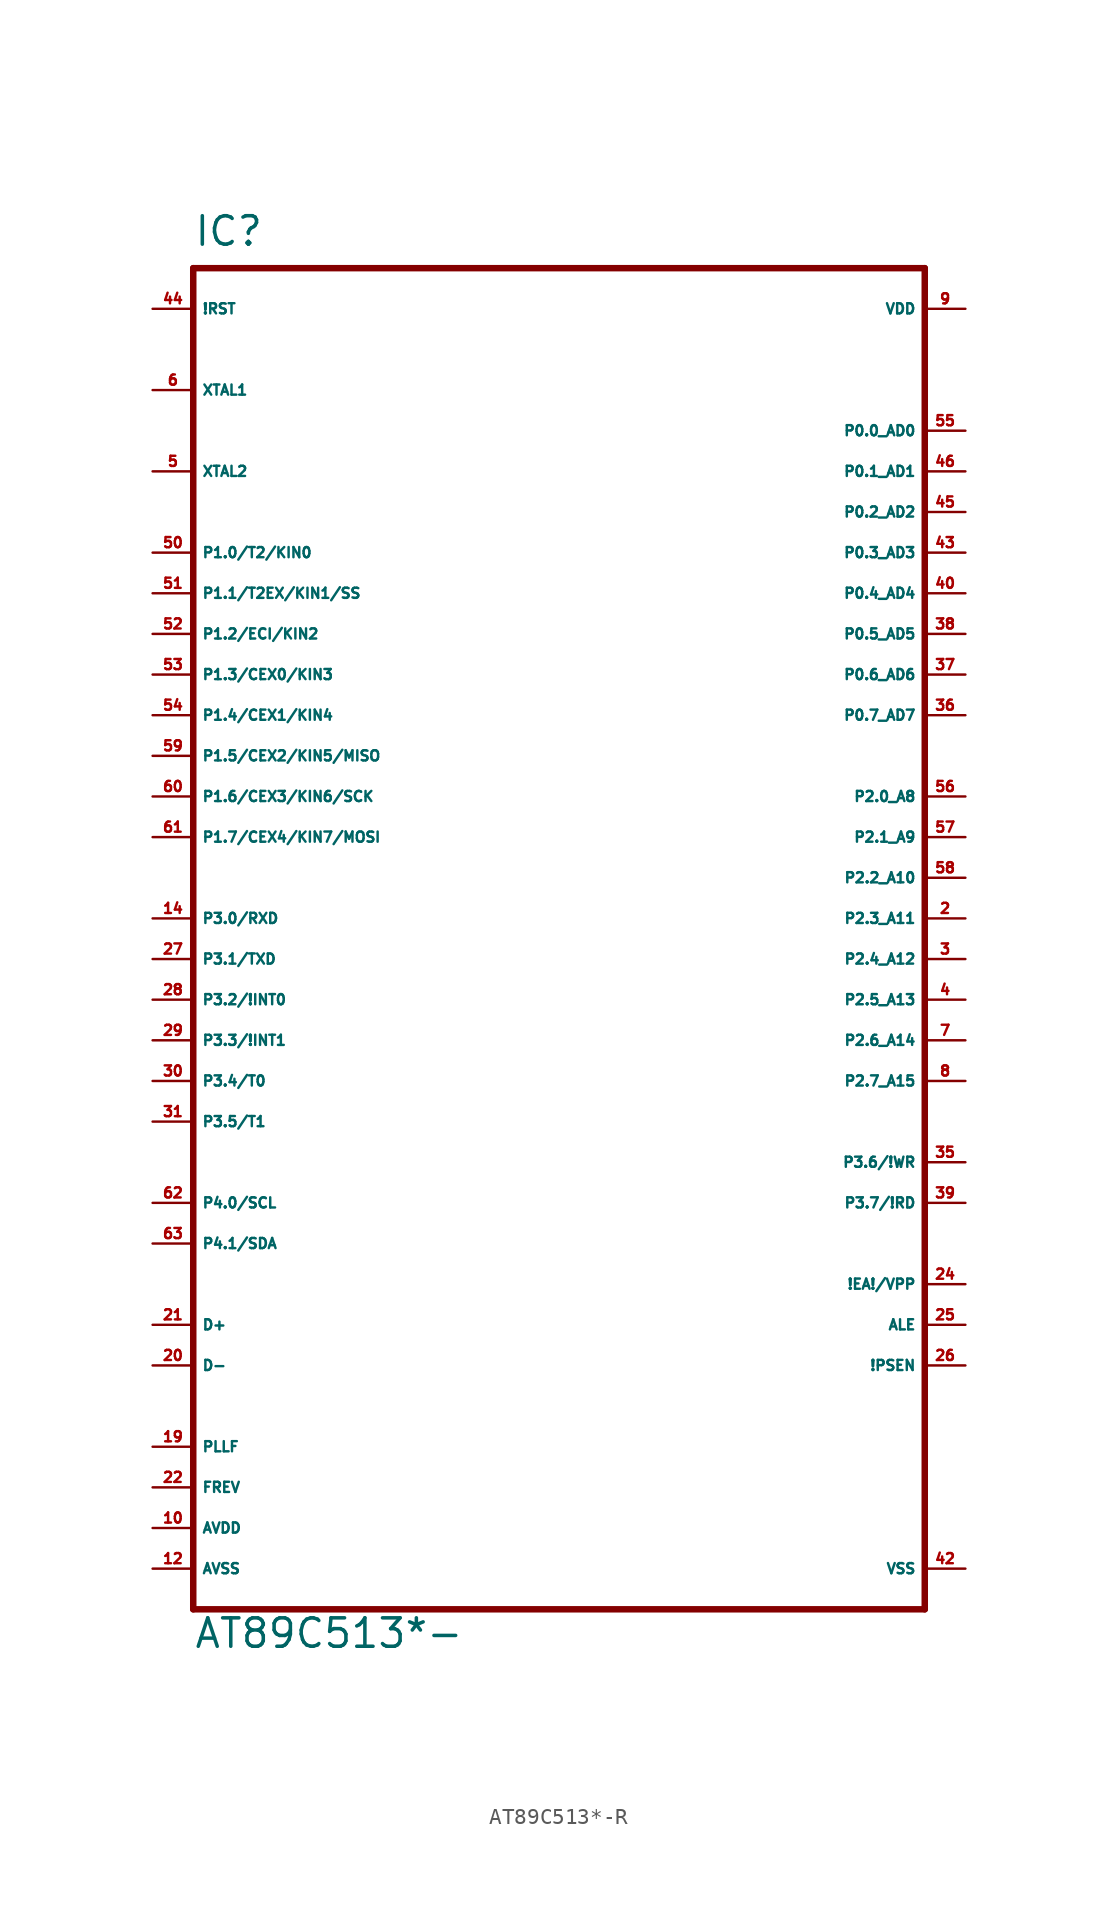
<source format=kicad_sym>
(kicad_symbol_lib
  (version 20220914)
  (generator Eagle2Kicad)
  (symbol "AT89C513*-R"
    (property "Reference" "IC"
      (at -22.86 41.91 0)
      (effects (font (size 1.778 1.778) (thickness 0.22)) (justify left bottom)))
    (property "Value" "AT89C513*-"
      (at -22.86 -45.72 0)
      (effects (font (size 1.778 1.778) (thickness 0.22)) (justify left bottom)))
    (polyline
      (pts (xy -22.86 -43.18) (xy 22.86 -43.18))
      (stroke (width 0.406) (type default))
      (fill (type none)))
    (polyline
      (pts (xy 22.86 -43.18) (xy 22.86 40.64))
      (stroke (width 0.406) (type default))
      (fill (type none)))
    (polyline
      (pts (xy 22.86 40.64) (xy -22.86 40.64))
      (stroke (width 0.406) (type default))
      (fill (type none)))
    (polyline
      (pts (xy -22.86 40.64) (xy -22.86 -43.18))
      (stroke (width 0.406) (type default))
      (fill (type none)))
    (pin input line
      (at 25.4 -22.86 180)
      (length 2.54)
      (name "!EA!/VPP" (effects (font (size 0.635 0.635) (thickness 0.08)) (justify left bottom)))
      (number "24" (effects (font (size 0.635 0.635) (thickness 0.08)) (justify left bottom))))
    (pin bidirectional line
      (at 25.4 30.48 180)
      (length 2.54)
      (name "P0.0_AD0" (effects (font (size 0.635 0.635) (thickness 0.08)) (justify left bottom)))
      (number "55" (effects (font (size 0.635 0.635) (thickness 0.08)) (justify left bottom))))
    (pin bidirectional line
      (at 25.4 27.94 180)
      (length 2.54)
      (name "P0.1_AD1" (effects (font (size 0.635 0.635) (thickness 0.08)) (justify left bottom)))
      (number "46" (effects (font (size 0.635 0.635) (thickness 0.08)) (justify left bottom))))
    (pin bidirectional line
      (at 25.4 25.4 180)
      (length 2.54)
      (name "P0.2_AD2" (effects (font (size 0.635 0.635) (thickness 0.08)) (justify left bottom)))
      (number "45" (effects (font (size 0.635 0.635) (thickness 0.08)) (justify left bottom))))
    (pin bidirectional line
      (at 25.4 22.86 180)
      (length 2.54)
      (name "P0.3_AD3" (effects (font (size 0.635 0.635) (thickness 0.08)) (justify left bottom)))
      (number "43" (effects (font (size 0.635 0.635) (thickness 0.08)) (justify left bottom))))
    (pin bidirectional line
      (at 25.4 20.32 180)
      (length 2.54)
      (name "P0.4_AD4" (effects (font (size 0.635 0.635) (thickness 0.08)) (justify left bottom)))
      (number "40" (effects (font (size 0.635 0.635) (thickness 0.08)) (justify left bottom))))
    (pin bidirectional line
      (at 25.4 17.78 180)
      (length 2.54)
      (name "P0.5_AD5" (effects (font (size 0.635 0.635) (thickness 0.08)) (justify left bottom)))
      (number "38" (effects (font (size 0.635 0.635) (thickness 0.08)) (justify left bottom))))
    (pin bidirectional line
      (at 25.4 15.24 180)
      (length 2.54)
      (name "P0.6_AD6" (effects (font (size 0.635 0.635) (thickness 0.08)) (justify left bottom)))
      (number "37" (effects (font (size 0.635 0.635) (thickness 0.08)) (justify left bottom))))
    (pin bidirectional line
      (at 25.4 12.7 180)
      (length 2.54)
      (name "P0.7_AD7" (effects (font (size 0.635 0.635) (thickness 0.08)) (justify left bottom)))
      (number "36" (effects (font (size 0.635 0.635) (thickness 0.08)) (justify left bottom))))
    (pin input line
      (at -25.4 33.02 0)
      (length 2.54)
      (name "XTAL1" (effects (font (size 0.635 0.635) (thickness 0.08)) (justify left bottom)))
      (number "6" (effects (font (size 0.635 0.635) (thickness 0.08)) (justify left bottom))))
    (pin input line
      (at -25.4 27.94 0)
      (length 2.54)
      (name "XTAL2" (effects (font (size 0.635 0.635) (thickness 0.08)) (justify left bottom)))
      (number "5" (effects (font (size 0.635 0.635) (thickness 0.08)) (justify left bottom))))
    (pin input line
      (at -25.4 38.1 0)
      (length 2.54)
      (name "!RST" (effects (font (size 0.635 0.635) (thickness 0.08)) (justify left bottom)))
      (number "44" (effects (font (size 0.635 0.635) (thickness 0.08)) (justify left bottom))))
    (pin bidirectional line
      (at 25.4 -25.4 180)
      (length 2.54)
      (name "ALE" (effects (font (size 0.635 0.635) (thickness 0.08)) (justify left bottom)))
      (number "25" (effects (font (size 0.635 0.635) (thickness 0.08)) (justify left bottom))))
    (pin output line
      (at 25.4 -27.94 180)
      (length 2.54)
      (name "!PSEN" (effects (font (size 0.635 0.635) (thickness 0.08)) (justify left bottom)))
      (number "26" (effects (font (size 0.635 0.635) (thickness 0.08)) (justify left bottom))))
    (pin bidirectional line
      (at 25.4 7.62 180)
      (length 2.54)
      (name "P2.0_A8" (effects (font (size 0.635 0.635) (thickness 0.08)) (justify left bottom)))
      (number "56" (effects (font (size 0.635 0.635) (thickness 0.08)) (justify left bottom))))
    (pin bidirectional line
      (at 25.4 5.08 180)
      (length 2.54)
      (name "P2.1_A9" (effects (font (size 0.635 0.635) (thickness 0.08)) (justify left bottom)))
      (number "57" (effects (font (size 0.635 0.635) (thickness 0.08)) (justify left bottom))))
    (pin bidirectional line
      (at 25.4 2.54 180)
      (length 2.54)
      (name "P2.2_A10" (effects (font (size 0.635 0.635) (thickness 0.08)) (justify left bottom)))
      (number "58" (effects (font (size 0.635 0.635) (thickness 0.08)) (justify left bottom))))
    (pin bidirectional line
      (at 25.4 0 180)
      (length 2.54)
      (name "P2.3_A11" (effects (font (size 0.635 0.635) (thickness 0.08)) (justify left bottom)))
      (number "2" (effects (font (size 0.635 0.635) (thickness 0.08)) (justify left bottom))))
    (pin bidirectional line
      (at 25.4 -2.54 180)
      (length 2.54)
      (name "P2.4_A12" (effects (font (size 0.635 0.635) (thickness 0.08)) (justify left bottom)))
      (number "3" (effects (font (size 0.635 0.635) (thickness 0.08)) (justify left bottom))))
    (pin bidirectional line
      (at 25.4 -5.08 180)
      (length 2.54)
      (name "P2.5_A13" (effects (font (size 0.635 0.635) (thickness 0.08)) (justify left bottom)))
      (number "4" (effects (font (size 0.635 0.635) (thickness 0.08)) (justify left bottom))))
    (pin bidirectional line
      (at 25.4 -7.62 180)
      (length 2.54)
      (name "P2.6_A14" (effects (font (size 0.635 0.635) (thickness 0.08)) (justify left bottom)))
      (number "7" (effects (font (size 0.635 0.635) (thickness 0.08)) (justify left bottom))))
    (pin bidirectional line
      (at 25.4 -10.16 180)
      (length 2.54)
      (name "P2.7_A15" (effects (font (size 0.635 0.635) (thickness 0.08)) (justify left bottom)))
      (number "8" (effects (font (size 0.635 0.635) (thickness 0.08)) (justify left bottom))))
    (pin bidirectional line
      (at -25.4 22.86 0)
      (length 2.54)
      (name "P1.0/T2/KIN0" (effects (font (size 0.635 0.635) (thickness 0.08)) (justify left bottom)))
      (number "50" (effects (font (size 0.635 0.635) (thickness 0.08)) (justify left bottom))))
    (pin bidirectional line
      (at -25.4 20.32 0)
      (length 2.54)
      (name "P1.1/T2EX/KIN1/SS" (effects (font (size 0.635 0.635) (thickness 0.08)) (justify left bottom)))
      (number "51" (effects (font (size 0.635 0.635) (thickness 0.08)) (justify left bottom))))
    (pin bidirectional line
      (at -25.4 17.78 0)
      (length 2.54)
      (name "P1.2/ECI/KIN2" (effects (font (size 0.635 0.635) (thickness 0.08)) (justify left bottom)))
      (number "52" (effects (font (size 0.635 0.635) (thickness 0.08)) (justify left bottom))))
    (pin bidirectional line
      (at -25.4 15.24 0)
      (length 2.54)
      (name "P1.3/CEX0/KIN3" (effects (font (size 0.635 0.635) (thickness 0.08)) (justify left bottom)))
      (number "53" (effects (font (size 0.635 0.635) (thickness 0.08)) (justify left bottom))))
    (pin bidirectional line
      (at -25.4 12.7 0)
      (length 2.54)
      (name "P1.4/CEX1/KIN4" (effects (font (size 0.635 0.635) (thickness 0.08)) (justify left bottom)))
      (number "54" (effects (font (size 0.635 0.635) (thickness 0.08)) (justify left bottom))))
    (pin bidirectional line
      (at -25.4 10.16 0)
      (length 2.54)
      (name "P1.5/CEX2/KIN5/MISO" (effects (font (size 0.635 0.635) (thickness 0.08)) (justify left bottom)))
      (number "59" (effects (font (size 0.635 0.635) (thickness 0.08)) (justify left bottom))))
    (pin bidirectional line
      (at -25.4 7.62 0)
      (length 2.54)
      (name "P1.6/CEX3/KIN6/SCK" (effects (font (size 0.635 0.635) (thickness 0.08)) (justify left bottom)))
      (number "60" (effects (font (size 0.635 0.635) (thickness 0.08)) (justify left bottom))))
    (pin bidirectional line
      (at -25.4 5.08 0)
      (length 2.54)
      (name "P1.7/CEX4/KIN7/MOSI" (effects (font (size 0.635 0.635) (thickness 0.08)) (justify left bottom)))
      (number "61" (effects (font (size 0.635 0.635) (thickness 0.08)) (justify left bottom))))
    (pin bidirectional line
      (at -25.4 0 0)
      (length 2.54)
      (name "P3.0/RXD" (effects (font (size 0.635 0.635) (thickness 0.08)) (justify left bottom)))
      (number "14" (effects (font (size 0.635 0.635) (thickness 0.08)) (justify left bottom))))
    (pin bidirectional line
      (at -25.4 -2.54 0)
      (length 2.54)
      (name "P3.1/TXD" (effects (font (size 0.635 0.635) (thickness 0.08)) (justify left bottom)))
      (number "27" (effects (font (size 0.635 0.635) (thickness 0.08)) (justify left bottom))))
    (pin bidirectional line
      (at -25.4 -5.08 0)
      (length 2.54)
      (name "P3.2/!INT0" (effects (font (size 0.635 0.635) (thickness 0.08)) (justify left bottom)))
      (number "28" (effects (font (size 0.635 0.635) (thickness 0.08)) (justify left bottom))))
    (pin bidirectional line
      (at -25.4 -7.62 0)
      (length 2.54)
      (name "P3.3/!INT1" (effects (font (size 0.635 0.635) (thickness 0.08)) (justify left bottom)))
      (number "29" (effects (font (size 0.635 0.635) (thickness 0.08)) (justify left bottom))))
    (pin bidirectional line
      (at -25.4 -10.16 0)
      (length 2.54)
      (name "P3.4/T0" (effects (font (size 0.635 0.635) (thickness 0.08)) (justify left bottom)))
      (number "30" (effects (font (size 0.635 0.635) (thickness 0.08)) (justify left bottom))))
    (pin bidirectional line
      (at -25.4 -12.7 0)
      (length 2.54)
      (name "P3.5/T1" (effects (font (size 0.635 0.635) (thickness 0.08)) (justify left bottom)))
      (number "31" (effects (font (size 0.635 0.635) (thickness 0.08)) (justify left bottom))))
    (pin bidirectional line
      (at 25.4 -15.24 180)
      (length 2.54)
      (name "P3.6/!WR" (effects (font (size 0.635 0.635) (thickness 0.08)) (justify left bottom)))
      (number "35" (effects (font (size 0.635 0.635) (thickness 0.08)) (justify left bottom))))
    (pin bidirectional line
      (at 25.4 -17.78 180)
      (length 2.54)
      (name "P3.7/!RD" (effects (font (size 0.635 0.635) (thickness 0.08)) (justify left bottom)))
      (number "39" (effects (font (size 0.635 0.635) (thickness 0.08)) (justify left bottom))))
    (pin unspecified line
      (at 25.4 38.1 180)
      (length 2.54)
      (name "VDD" (effects (font (size 0.635 0.635) (thickness 0.08)) (justify left bottom)))
      (number "9" (effects (font (size 0.635 0.635) (thickness 0.08)) (justify left bottom))))
    (pin unspecified line
      (at 25.4 -40.64 180)
      (length 2.54)
      (name "VSS" (effects (font (size 0.635 0.635) (thickness 0.08)) (justify left bottom)))
      (number "42" (effects (font (size 0.635 0.635) (thickness 0.08)) (justify left bottom))))
    (pin unspecified line
      (at -25.4 -38.1 0)
      (length 2.54)
      (name "AVDD" (effects (font (size 0.635 0.635) (thickness 0.08)) (justify left bottom)))
      (number "10" (effects (font (size 0.635 0.635) (thickness 0.08)) (justify left bottom))))
    (pin bidirectional line
      (at -25.4 -25.4 0)
      (length 2.54)
      (name "D+" (effects (font (size 0.635 0.635) (thickness 0.08)) (justify left bottom)))
      (number "21" (effects (font (size 0.635 0.635) (thickness 0.08)) (justify left bottom))))
    (pin bidirectional line
      (at -25.4 -27.94 0)
      (length 2.54)
      (name "D-" (effects (font (size 0.635 0.635) (thickness 0.08)) (justify left bottom)))
      (number "20" (effects (font (size 0.635 0.635) (thickness 0.08)) (justify left bottom))))
    (pin bidirectional line
      (at -25.4 -33.02 0)
      (length 2.54)
      (name "PLLF" (effects (font (size 0.635 0.635) (thickness 0.08)) (justify left bottom)))
      (number "19" (effects (font (size 0.635 0.635) (thickness 0.08)) (justify left bottom))))
    (pin bidirectional line
      (at -25.4 -35.56 0)
      (length 2.54)
      (name "FREV" (effects (font (size 0.635 0.635) (thickness 0.08)) (justify left bottom)))
      (number "22" (effects (font (size 0.635 0.635) (thickness 0.08)) (justify left bottom))))
    (pin bidirectional line
      (at -25.4 -17.78 0)
      (length 2.54)
      (name "P4.0/SCL" (effects (font (size 0.635 0.635) (thickness 0.08)) (justify left bottom)))
      (number "62" (effects (font (size 0.635 0.635) (thickness 0.08)) (justify left bottom))))
    (pin bidirectional line
      (at -25.4 -20.32 0)
      (length 2.54)
      (name "P4.1/SDA" (effects (font (size 0.635 0.635) (thickness 0.08)) (justify left bottom)))
      (number "63" (effects (font (size 0.635 0.635) (thickness 0.08)) (justify left bottom))))
    (pin unspecified line
      (at -25.4 -40.64 0)
      (length 2.54)
      (name "AVSS" (effects (font (size 0.635 0.635) (thickness 0.08)) (justify left bottom)))
      (number "12" (effects (font (size 0.635 0.635) (thickness 0.08)) (justify left bottom))))))
</source>
